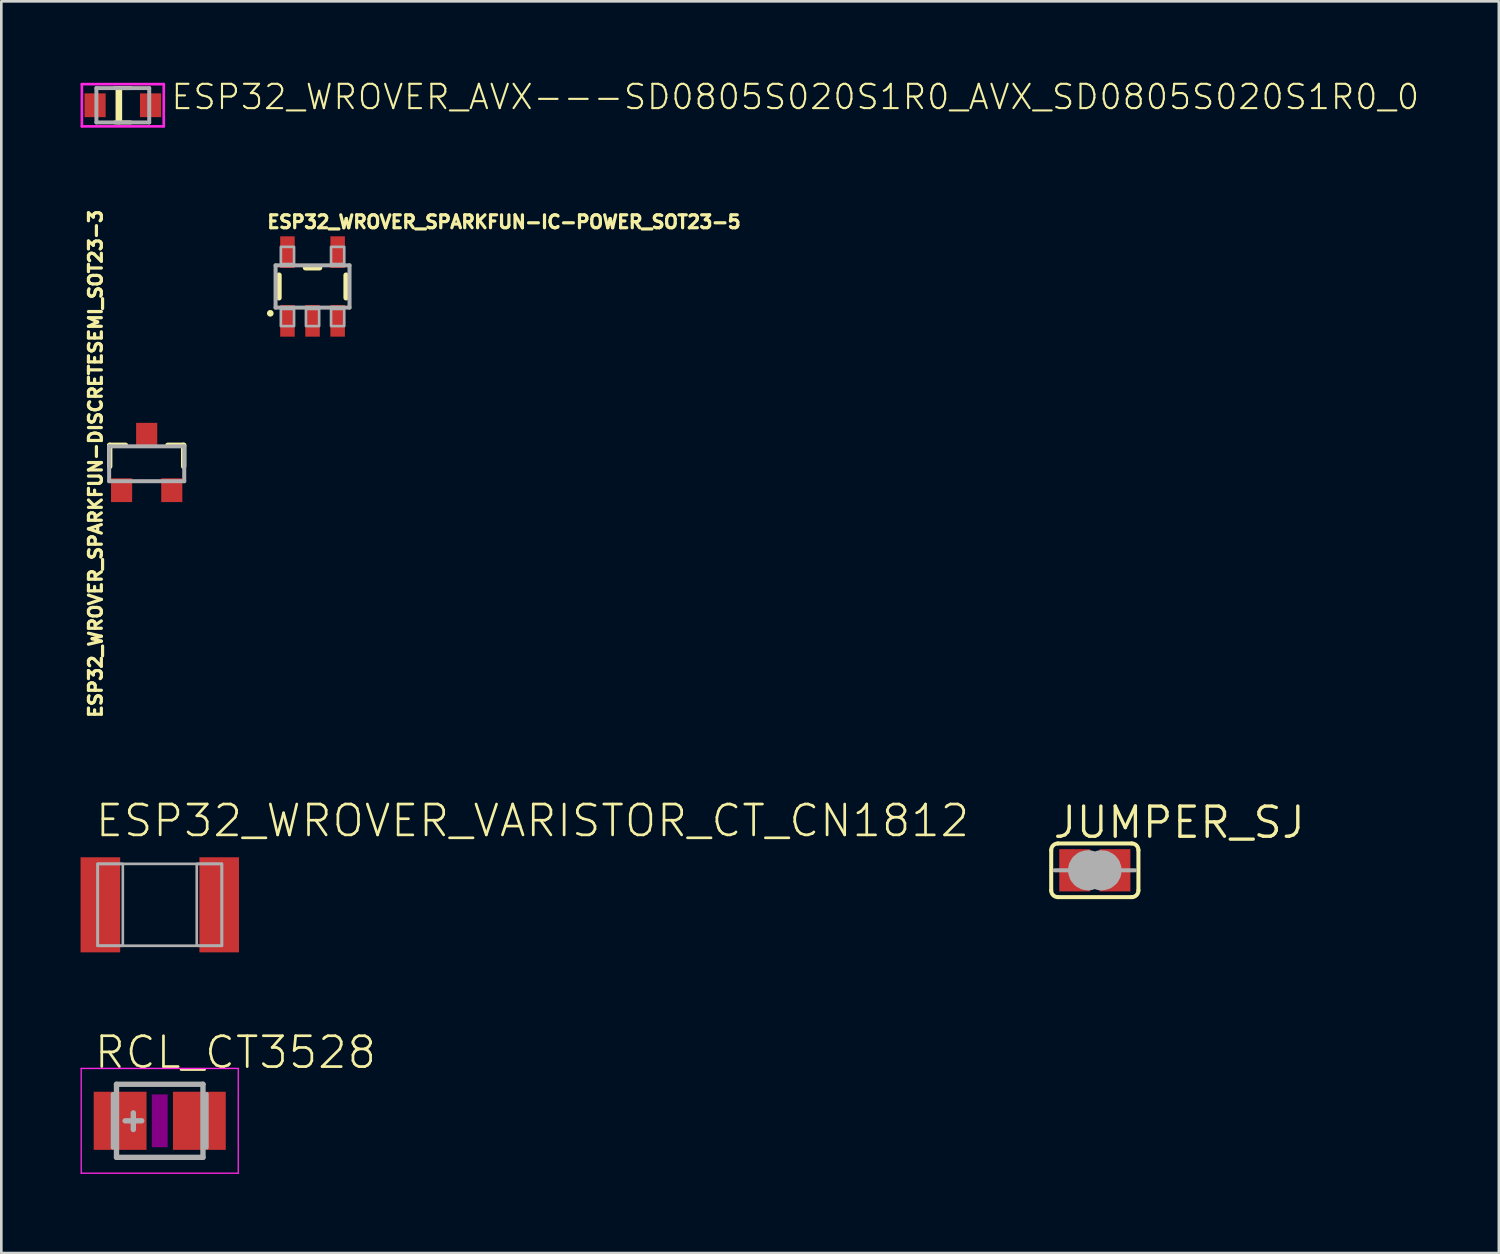
<source format=kicad_pcb>
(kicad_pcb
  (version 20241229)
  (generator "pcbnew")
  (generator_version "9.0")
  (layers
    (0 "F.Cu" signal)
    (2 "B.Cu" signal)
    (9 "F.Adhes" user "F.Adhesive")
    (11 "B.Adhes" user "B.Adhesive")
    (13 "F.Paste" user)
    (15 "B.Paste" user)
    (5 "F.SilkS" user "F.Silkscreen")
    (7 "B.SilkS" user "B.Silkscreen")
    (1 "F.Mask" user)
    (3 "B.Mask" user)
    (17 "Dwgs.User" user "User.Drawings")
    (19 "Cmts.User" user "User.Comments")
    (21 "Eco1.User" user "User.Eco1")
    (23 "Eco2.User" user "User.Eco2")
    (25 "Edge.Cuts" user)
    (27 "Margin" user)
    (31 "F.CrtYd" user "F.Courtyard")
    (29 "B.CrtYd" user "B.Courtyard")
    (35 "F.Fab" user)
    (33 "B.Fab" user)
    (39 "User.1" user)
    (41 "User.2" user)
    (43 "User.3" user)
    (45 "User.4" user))
  (footprint "JUMPER_SJ"
    (layer "F.Cu")
    (at 38.403 29.902)
    (property "Reference" "JUMPER_SJ" (at -1.651 -1.143 0) (layer "F.SilkS") (effects (font (size 1.143 1.143) (thickness 0.127)) (justify left bottom)))
    (fp_poly (pts (xy -0.076 0.914) (xy 0.076 0.914) (xy 0.076 -0.914) (xy -0.076 -0.914)) (stroke (width 0) (type default)) (fill yes) (layer "F.Mask"))
    (fp_line (start -1.651 0.762) (end -1.651 -0.762) (stroke (width 0.152) (type solid)) (layer "F.SilkS"))
    (fp_line (start -1.397 -1.016) (end 1.397 -1.016) (stroke (width 0.152) (type solid)) (layer "F.SilkS"))
    (fp_line (start 1.397 1.016) (end -1.397 1.016) (stroke (width 0.152) (type solid)) (layer "F.SilkS"))
    (fp_line (start 1.651 0.762) (end 1.651 -0.762) (stroke (width 0.152) (type solid)) (layer "F.SilkS"))
    (fp_arc (start -1.651 -0.762) (mid -1.576605 -0.941605) (end -1.397 -1.016) (stroke (width 0.1524) (type solid)) (layer "F.SilkS"))
    (fp_arc (start -1.397 1.016) (mid -1.576605 0.941605) (end -1.651 0.762) (stroke (width 0.1524) (type solid)) (layer "F.SilkS"))
    (fp_arc (start 1.397 -1.016) (mid 1.576605 -0.941605) (end 1.651 -0.762) (stroke (width 0.1524) (type solid)) (layer "F.SilkS"))
    (fp_arc (start 1.651 0.762) (mid 1.576605 0.941605) (end 1.397 1.016) (stroke (width 0.1524) (type solid)) (layer "F.SilkS"))
    (fp_line (start -1.016 0) (end -1.524 0) (stroke (width 0.152) (type solid)) (layer "F.Fab"))
    (fp_line (start 1.016 0) (end 1.524 0) (stroke (width 0.152) (type solid)) (layer "F.Fab"))
    (fp_arc (start -0.254 0.127) (mid -0.381 0) (end -0.254 -0.127) (stroke (width 1.27) (type solid)) (layer "F.Fab"))
    (fp_arc (start 0.254 -0.127) (mid 0.381 0) (end 0.254 0.127) (stroke (width 1.27) (type solid)) (layer "F.Fab"))
    (pad "1" smd rect (at -0.762 0) (size 1.168 1.6) (layers "F.Cu" "F.Mask" "F.Paste"))
    (pad "2" smd rect (at 0.762 0) (size 1.168 1.6) (layers "F.Cu" "F.Mask" "F.Paste")))
  (footprint "ESP32_WROVER_SPARKFUN-DISCRETESEMI_SOT23-3"
    (layer "F.Cu")
    (at 2.504 14.51)
    (property "Reference" "ESP32_WROVER_SPARKFUN-DISCRETESEMI_SOT23-3" (at -1.651 0 90) (layer "F.SilkS") (effects (font (size 0.488 0.488) (thickness 0.122)) (justify bottom)))
    (fp_line (start -1.4 -0.7) (end -1.4 0.1) (stroke (width 0.203) (type solid)) (layer "F.SilkS"))
    (fp_line (start -0.8 -0.7) (end -1.4 -0.7) (stroke (width 0.203) (type solid)) (layer "F.SilkS"))
    (fp_line (start 0.8 -0.7) (end 1.4 -0.7) (stroke (width 0.203) (type solid)) (layer "F.SilkS"))
    (fp_line (start 1.4 -0.7) (end 1.4 0.1) (stroke (width 0.203) (type solid)) (layer "F.SilkS"))
    (fp_line (start -1.422 -0.66) (end 1.422 -0.66) (stroke (width 0.152) (type solid)) (layer "F.Fab"))
    (fp_line (start -1.422 0.66) (end -1.422 -0.66) (stroke (width 0.152) (type solid)) (layer "F.Fab"))
    (fp_line (start 1.422 -0.66) (end 1.422 0.66) (stroke (width 0.152) (type solid)) (layer "F.Fab"))
    (fp_line (start 1.422 0.66) (end -1.422 0.66) (stroke (width 0.152) (type solid)) (layer "F.Fab"))
    (pad "1" smd rect (at -0.95 1) (size 0.8 0.9) (layers "F.Cu" "F.Mask" "F.Paste"))
    (pad "2" smd rect (at 0.95 1) (size 0.8 0.9) (layers "F.Cu" "F.Mask" "F.Paste"))
    (pad "3" smd rect (at 0 -1.1) (size 0.8 0.9) (layers "F.Cu" "F.Mask" "F.Paste")))
  (footprint "RCL_CT3528"
    (layer "F.Cu")
    (at 2.998 39.387)
    (property "Reference" "RCL_CT3528" (at -2.54 -1.905 0) (layer "F.SilkS") (effects (font (size 1.168 1.168) (thickness 0.102)) (justify left bottom)))
    (fp_poly (pts (xy -0.3 1) (xy 0.3 1) (xy 0.3 -1) (xy -0.3 -1)) (stroke (width 0) (type default)) (fill yes) (layer "F.Adhes"))
    (fp_line (start -2.973 -1.983) (end 2.973 -1.983) (stroke (width 0.051) (type solid)) (layer "F.CrtYd"))
    (fp_line (start -2.973 1.983) (end -2.973 -1.983) (stroke (width 0.051) (type solid)) (layer "F.CrtYd"))
    (fp_line (start 2.973 -1.983) (end 2.973 1.983) (stroke (width 0.051) (type solid)) (layer "F.CrtYd"))
    (fp_line (start 2.973 1.983) (end -2.973 1.983) (stroke (width 0.051) (type solid)) (layer "F.CrtYd"))
    (fp_line (start -1.778 -1.016) (end -1.778 1.016) (stroke (width 0.152) (type solid)) (layer "F.Fab"))
    (fp_line (start -1.637 1.383) (end -1.637 -1.383) (stroke (width 0.203) (type solid)) (layer "F.Fab"))
    (fp_line (start -1 -0.3) (end -1 0.33) (stroke (width 0.203) (type solid)) (layer "F.Fab"))
    (fp_line (start -0.68 0) (end -1.31 0) (stroke (width 0.203) (type solid)) (layer "F.Fab"))
    (fp_line (start 1.637 -1.383) (end -1.637 -1.383) (stroke (width 0.203) (type solid)) (layer "F.Fab"))
    (fp_line (start 1.637 1.383) (end -1.637 1.383) (stroke (width 0.203) (type solid)) (layer "F.Fab"))
    (fp_line (start 1.637 1.383) (end 1.637 -1.383) (stroke (width 0.203) (type solid)) (layer "F.Fab"))
    (fp_line (start 1.778 -1.016) (end 1.778 1.016) (stroke (width 0.152) (type solid)) (layer "F.Fab"))
    (pad "+" smd rect (at -1.5 0) (size 2 2.2) (layers "F.Cu" "F.Mask" "F.Paste"))
    (pad "-" smd rect (at 1.5 0) (size 2 2.2) (layers "F.Cu" "F.Mask" "F.Paste")))
  (footprint "ESP32_WROVER_VARISTOR_CT_CN1812"
    (layer "F.Cu")
    (at 3 31.209)
    (property "Reference" "ESP32_WROVER_VARISTOR_CT_CN1812" (at -2.5 -2.5 0) (layer "F.SilkS") (effects (font (size 1.168 1.168) (thickness 0.102)) (justify left bottom)))
    (fp_line (start -2.35 -1.55) (end 2.35 -1.55) (stroke (width 0.102) (type solid)) (layer "F.Fab"))
    (fp_line (start -2.35 1.55) (end -2.35 -1.55) (stroke (width 0.102) (type solid)) (layer "F.Fab"))
    (fp_line (start 2.35 -1.55) (end 2.35 1.55) (stroke (width 0.102) (type solid)) (layer "F.Fab"))
    (fp_line (start 2.35 1.55) (end -2.35 1.55) (stroke (width 0.102) (type solid)) (layer "F.Fab"))
    (fp_poly (pts (xy -2.35 1.55) (xy -1.4 1.55) (xy -1.4 -1.55) (xy -2.35 -1.55)) (stroke (width 0.1) (type default)) (fill no) (layer "F.Fab"))
    (fp_poly (pts (xy 2.35 -1.55) (xy 1.4 -1.55) (xy 1.4 1.55) (xy 2.35 1.55)) (stroke (width 0.1) (type default)) (fill no) (layer "F.Fab"))
    (pad "1" smd rect (at -2.25 0) (size 1.5 3.6) (layers "F.Cu" "F.Mask" "F.Paste"))
    (pad "2" smd rect (at 2.25 0) (size 1.5 3.6) (layers "F.Cu" "F.Mask" "F.Paste")))
  (footprint "ESP32_WROVER_SPARKFUN-IC-POWER_SOT23-5"
    (layer "F.Cu")
    (at 8.784 7.797)
    (property "Reference" "ESP32_WROVER_SPARKFUN-IC-POWER_SOT23-5" (at -1.778 -2.159 0) (layer "F.SilkS") (effects (font (size 0.488 0.488) (thickness 0.122)) (justify left bottom)))
    (fp_line (start -1.27 0.429) (end -1.27 -0.429) (stroke (width 0.203) (type solid)) (layer "F.SilkS"))
    (fp_line (start -0.268 -0.709) (end 0.268 -0.709) (stroke (width 0.203) (type solid)) (layer "F.SilkS"))
    (fp_line (start 1.27 -0.429) (end 1.27 0.429) (stroke (width 0.203) (type solid)) (layer "F.SilkS"))
    (fp_circle (center -1.6 1.016) (end -1.537 1.016) (stroke (width 0.127) (type solid)) (fill yes) (layer "F.SilkS"))
    (fp_line (start -1.4 -0.8) (end -1.4 0.8) (stroke (width 0.152) (type solid)) (layer "F.Fab"))
    (fp_line (start -1.4 -0.8) (end 1.4 -0.8) (stroke (width 0.152) (type solid)) (layer "F.Fab"))
    (fp_line (start 1.4 -0.8) (end 1.4 0.8) (stroke (width 0.152) (type solid)) (layer "F.Fab"))
    (fp_line (start 1.4 0.8) (end -1.4 0.8) (stroke (width 0.152) (type solid)) (layer "F.Fab"))
    (fp_poly (pts (xy -1.2 -0.85) (xy -0.7 -0.85) (xy -0.7 -1.5) (xy -1.2 -1.5)) (stroke (width 0.1) (type default)) (fill no) (layer "F.Fab"))
    (fp_poly (pts (xy -1.2 1.5) (xy -0.7 1.5) (xy -0.7 0.85) (xy -1.2 0.85)) (stroke (width 0.1) (type default)) (fill no) (layer "F.Fab"))
    (fp_poly (pts (xy -0.25 1.5) (xy 0.25 1.5) (xy 0.25 0.85) (xy -0.25 0.85)) (stroke (width 0.1) (type default)) (fill no) (layer "F.Fab"))
    (fp_poly (pts (xy 0.7 -0.85) (xy 1.2 -0.85) (xy 1.2 -1.5) (xy 0.7 -1.5)) (stroke (width 0.1) (type default)) (fill no) (layer "F.Fab"))
    (fp_poly (pts (xy 0.7 1.5) (xy 1.2 1.5) (xy 1.2 0.85) (xy 0.7 0.85)) (stroke (width 0.1) (type default)) (fill no) (layer "F.Fab"))
    (pad "1" smd rect (at -0.95 1.3) (size 0.55 1.2) (layers "F.Cu" "F.Mask" "F.Paste"))
    (pad "2" smd rect (at 0 1.3) (size 0.55 1.2) (layers "F.Cu" "F.Mask" "F.Paste"))
    (pad "3" smd rect (at 0.95 1.3) (size 0.55 1.2) (layers "F.Cu" "F.Mask" "F.Paste"))
    (pad "4" smd rect (at 0.95 -1.3) (size 0.55 1.2) (layers "F.Cu" "F.Mask" "F.Paste"))
    (pad "5" smd rect (at -0.95 -1.3) (size 0.55 1.2) (layers "F.Cu" "F.Mask" "F.Paste")))
  (footprint "ESP32_WROVER_AVX---SD0805S020S1R0_AVX_SD0805S020S1R0_0"
    (layer "F.Cu")
    (at 1.6 0.935)
    (property "Reference" "ESP32_WROVER_AVX---SD0805S020S1R0_AVX_SD0805S020S1R0_0" (at 1.775 0.225 0) (layer "F.SilkS") (effects (font (size 0.92 0.92) (thickness 0.08)) (justify left bottom)))
    (fp_line (start -0.3 -0.65) (end 0.3 -0.65) (stroke (width 0.15) (type solid)) (layer "F.SilkS"))
    (fp_line (start -0.3 0.65) (end 0.3 0.65) (stroke (width 0.15) (type solid)) (layer "F.SilkS"))
    (fp_line (start -0.15 0.6) (end -0.15 -0.6) (stroke (width 0.25) (type solid)) (layer "F.SilkS"))
    (fp_line (start -1.55 -0.8) (end 1.55 -0.8) (stroke (width 0.1) (type solid)) (layer "F.CrtYd"))
    (fp_line (start -1.55 0.8) (end -1.55 -0.8) (stroke (width 0.1) (type solid)) (layer "F.CrtYd"))
    (fp_line (start 1.55 -0.8) (end 1.55 0.8) (stroke (width 0.1) (type solid)) (layer "F.CrtYd"))
    (fp_line (start 1.55 0.8) (end -1.55 0.8) (stroke (width 0.1) (type solid)) (layer "F.CrtYd"))
    (fp_line (start -1 -0.65) (end 1 -0.65) (stroke (width 0.15) (type solid)) (layer "F.Fab"))
    (fp_line (start -1 0.65) (end -1 -0.65) (stroke (width 0.15) (type solid)) (layer "F.Fab"))
    (fp_line (start 1 -0.65) (end 1 0.65) (stroke (width 0.15) (type solid)) (layer "F.Fab"))
    (fp_line (start 1 0.65) (end -1 0.65) (stroke (width 0.15) (type solid)) (layer "F.Fab"))
    (pad "1" smd rect (at -1.05 0) (size 0.8 0.9) (layers "F.Cu" "F.Mask" "F.Paste"))
    (pad "2" smd rect (at 1.05 0) (size 0.8 0.9) (layers "F.Cu" "F.Mask" "F.Paste")))
  (gr_rect
    (start -3 -3)
    (end 53.701 44.395)
    (stroke (width 0.1) (type default))
    (fill no)
    (layer "Edge.Cuts")))
</source>
